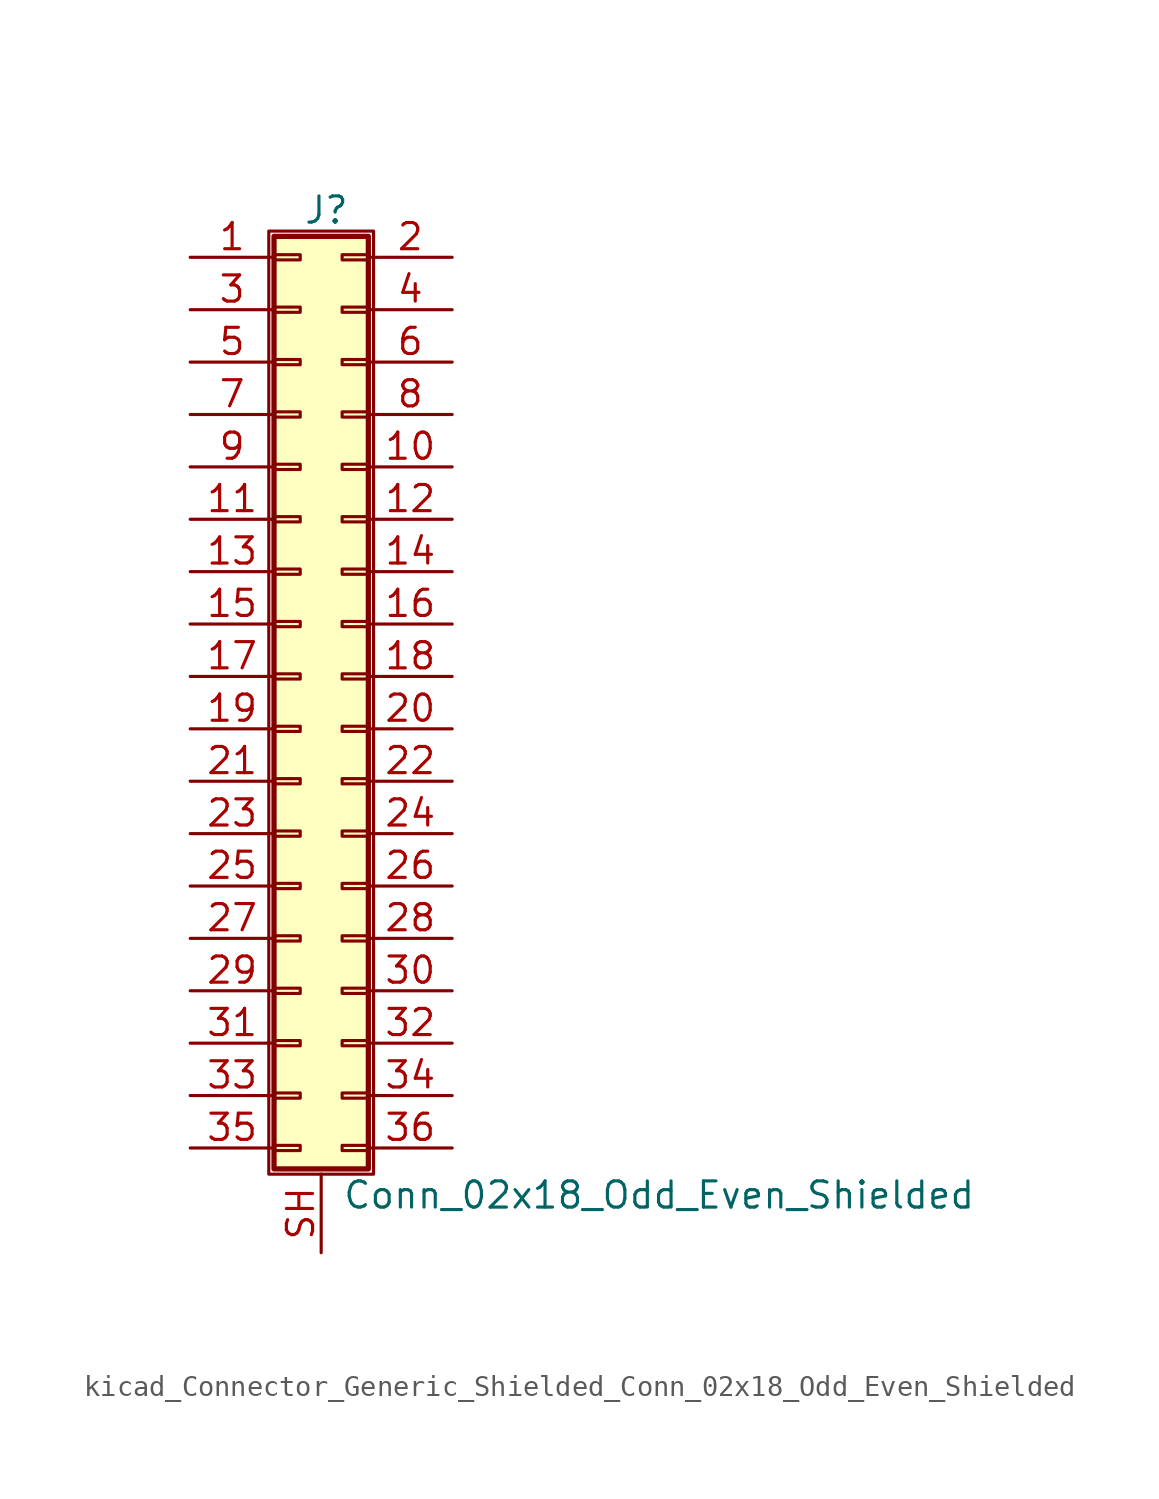
<source format=kicad_sym>
(kicad_symbol_lib
  (version 20220914)
  (generator kicad_symbol_editor)
  (symbol "kicad_Connector_Generic_Shielded_Conn_02x18_Odd_Even_Shielded"
    (pin_names
      (offset 1.016) hide)
    (property "Reference" "J"
      (at 1.524 22.606 0)
      (effects (font (size 1.27 1.27))))
    (property "Value" "Conn_02x18_Odd_Even_Shielded"
      (at 2.286 -25.146 0)
      (effects (font (size 1.27 1.27)) (justify left)))
    (symbol "kicad_Connector_Generic_Shielded_Conn_02x18_Odd_Even_Shielded_1_1"
      (rectangle (start -1.27 21.59) (end 3.81 -24.13) (stroke (width 0.152) (type default)) (fill (type none)))
      (rectangle (start -1.016 -22.733) (end 0.254 -22.987) (stroke (width 0.152) (type default)) (fill (type none)))
      (rectangle (start -1.016 -20.193) (end 0.254 -20.447) (stroke (width 0.152) (type default)) (fill (type none)))
      (rectangle (start -1.016 -17.653) (end 0.254 -17.907) (stroke (width 0.152) (type default)) (fill (type none)))
      (rectangle (start -1.016 -15.113) (end 0.254 -15.367) (stroke (width 0.152) (type default)) (fill (type none)))
      (rectangle (start -1.016 -12.573) (end 0.254 -12.827) (stroke (width 0.152) (type default)) (fill (type none)))
      (rectangle (start -1.016 -10.033) (end 0.254 -10.287) (stroke (width 0.152) (type default)) (fill (type none)))
      (rectangle (start -1.016 -7.493) (end 0.254 -7.747) (stroke (width 0.152) (type default)) (fill (type none)))
      (rectangle (start -1.016 -4.953) (end 0.254 -5.207) (stroke (width 0.152) (type default)) (fill (type none)))
      (rectangle (start -1.016 -2.413) (end 0.254 -2.667) (stroke (width 0.152) (type default)) (fill (type none)))
      (rectangle (start -1.016 0.127) (end 0.254 -0.127) (stroke (width 0.152) (type default)) (fill (type none)))
      (rectangle (start -1.016 2.667) (end 0.254 2.413) (stroke (width 0.152) (type default)) (fill (type none)))
      (rectangle (start -1.016 5.207) (end 0.254 4.953) (stroke (width 0.152) (type default)) (fill (type none)))
      (rectangle (start -1.016 7.747) (end 0.254 7.493) (stroke (width 0.152) (type default)) (fill (type none)))
      (rectangle (start -1.016 10.287) (end 0.254 10.033) (stroke (width 0.152) (type default)) (fill (type none)))
      (rectangle (start -1.016 12.827) (end 0.254 12.573) (stroke (width 0.152) (type default)) (fill (type none)))
      (rectangle (start -1.016 15.367) (end 0.254 15.113) (stroke (width 0.152) (type default)) (fill (type none)))
      (rectangle (start -1.016 17.907) (end 0.254 17.653) (stroke (width 0.152) (type default)) (fill (type none)))
      (rectangle (start -1.016 20.447) (end 0.254 20.193) (stroke (width 0.152) (type default)) (fill (type none)))
      (rectangle (start -1.016 21.336) (end 3.556 -23.876) (stroke (width 0.254) (type default)) (fill (type background)))
      (rectangle (start 3.556 -22.733) (end 2.286 -22.987) (stroke (width 0.152) (type default)) (fill (type none)))
      (rectangle (start 3.556 -20.193) (end 2.286 -20.447) (stroke (width 0.152) (type default)) (fill (type none)))
      (rectangle (start 3.556 -17.653) (end 2.286 -17.907) (stroke (width 0.152) (type default)) (fill (type none)))
      (rectangle (start 3.556 -15.113) (end 2.286 -15.367) (stroke (width 0.152) (type default)) (fill (type none)))
      (rectangle (start 3.556 -12.573) (end 2.286 -12.827) (stroke (width 0.152) (type default)) (fill (type none)))
      (rectangle (start 3.556 -10.033) (end 2.286 -10.287) (stroke (width 0.152) (type default)) (fill (type none)))
      (rectangle (start 3.556 -7.493) (end 2.286 -7.747) (stroke (width 0.152) (type default)) (fill (type none)))
      (rectangle (start 3.556 -4.953) (end 2.286 -5.207) (stroke (width 0.152) (type default)) (fill (type none)))
      (rectangle (start 3.556 -2.413) (end 2.286 -2.667) (stroke (width 0.152) (type default)) (fill (type none)))
      (rectangle (start 3.556 0.127) (end 2.286 -0.127) (stroke (width 0.152) (type default)) (fill (type none)))
      (rectangle (start 3.556 2.667) (end 2.286 2.413) (stroke (width 0.152) (type default)) (fill (type none)))
      (rectangle (start 3.556 5.207) (end 2.286 4.953) (stroke (width 0.152) (type default)) (fill (type none)))
      (rectangle (start 3.556 7.747) (end 2.286 7.493) (stroke (width 0.152) (type default)) (fill (type none)))
      (rectangle (start 3.556 10.287) (end 2.286 10.033) (stroke (width 0.152) (type default)) (fill (type none)))
      (rectangle (start 3.556 12.827) (end 2.286 12.573) (stroke (width 0.152) (type default)) (fill (type none)))
      (rectangle (start 3.556 15.367) (end 2.286 15.113) (stroke (width 0.152) (type default)) (fill (type none)))
      (rectangle (start 3.556 17.907) (end 2.286 17.653) (stroke (width 0.152) (type default)) (fill (type none)))
      (rectangle (start 3.556 20.447) (end 2.286 20.193) (stroke (width 0.152) (type default)) (fill (type none)))
      (pin passive line (at -5.08 20.32 0) (length 4.064) (name "Pin_1" (effects (font (size 1.27 1.27)))) (number "1" (effects (font (size 1.27 1.27)))))
      (pin passive line (at 7.62 10.16 180) (length 4.064) (name "Pin_10" (effects (font (size 1.27 1.27)))) (number "10" (effects (font (size 1.27 1.27)))))
      (pin passive line (at -5.08 7.62 0) (length 4.064) (name "Pin_11" (effects (font (size 1.27 1.27)))) (number "11" (effects (font (size 1.27 1.27)))))
      (pin passive line (at 7.62 7.62 180) (length 4.064) (name "Pin_12" (effects (font (size 1.27 1.27)))) (number "12" (effects (font (size 1.27 1.27)))))
      (pin passive line (at -5.08 5.08 0) (length 4.064) (name "Pin_13" (effects (font (size 1.27 1.27)))) (number "13" (effects (font (size 1.27 1.27)))))
      (pin passive line (at 7.62 5.08 180) (length 4.064) (name "Pin_14" (effects (font (size 1.27 1.27)))) (number "14" (effects (font (size 1.27 1.27)))))
      (pin passive line (at -5.08 2.54 0) (length 4.064) (name "Pin_15" (effects (font (size 1.27 1.27)))) (number "15" (effects (font (size 1.27 1.27)))))
      (pin passive line (at 7.62 2.54 180) (length 4.064) (name "Pin_16" (effects (font (size 1.27 1.27)))) (number "16" (effects (font (size 1.27 1.27)))))
      (pin passive line (at -5.08 0 0) (length 4.064) (name "Pin_17" (effects (font (size 1.27 1.27)))) (number "17" (effects (font (size 1.27 1.27)))))
      (pin passive line (at 7.62 0 180) (length 4.064) (name "Pin_18" (effects (font (size 1.27 1.27)))) (number "18" (effects (font (size 1.27 1.27)))))
      (pin passive line (at -5.08 -2.54 0) (length 4.064) (name "Pin_19" (effects (font (size 1.27 1.27)))) (number "19" (effects (font (size 1.27 1.27)))))
      (pin passive line (at 7.62 20.32 180) (length 4.064) (name "Pin_2" (effects (font (size 1.27 1.27)))) (number "2" (effects (font (size 1.27 1.27)))))
      (pin passive line (at 7.62 -2.54 180) (length 4.064) (name "Pin_20" (effects (font (size 1.27 1.27)))) (number "20" (effects (font (size 1.27 1.27)))))
      (pin passive line (at -5.08 -5.08 0) (length 4.064) (name "Pin_21" (effects (font (size 1.27 1.27)))) (number "21" (effects (font (size 1.27 1.27)))))
      (pin passive line (at 7.62 -5.08 180) (length 4.064) (name "Pin_22" (effects (font (size 1.27 1.27)))) (number "22" (effects (font (size 1.27 1.27)))))
      (pin passive line (at -5.08 -7.62 0) (length 4.064) (name "Pin_23" (effects (font (size 1.27 1.27)))) (number "23" (effects (font (size 1.27 1.27)))))
      (pin passive line (at 7.62 -7.62 180) (length 4.064) (name "Pin_24" (effects (font (size 1.27 1.27)))) (number "24" (effects (font (size 1.27 1.27)))))
      (pin passive line (at -5.08 -10.16 0) (length 4.064) (name "Pin_25" (effects (font (size 1.27 1.27)))) (number "25" (effects (font (size 1.27 1.27)))))
      (pin passive line (at 7.62 -10.16 180) (length 4.064) (name "Pin_26" (effects (font (size 1.27 1.27)))) (number "26" (effects (font (size 1.27 1.27)))))
      (pin passive line (at -5.08 -12.7 0) (length 4.064) (name "Pin_27" (effects (font (size 1.27 1.27)))) (number "27" (effects (font (size 1.27 1.27)))))
      (pin passive line (at 7.62 -12.7 180) (length 4.064) (name "Pin_28" (effects (font (size 1.27 1.27)))) (number "28" (effects (font (size 1.27 1.27)))))
      (pin passive line (at -5.08 -15.24 0) (length 4.064) (name "Pin_29" (effects (font (size 1.27 1.27)))) (number "29" (effects (font (size 1.27 1.27)))))
      (pin passive line (at -5.08 17.78 0) (length 4.064) (name "Pin_3" (effects (font (size 1.27 1.27)))) (number "3" (effects (font (size 1.27 1.27)))))
      (pin passive line (at 7.62 -15.24 180) (length 4.064) (name "Pin_30" (effects (font (size 1.27 1.27)))) (number "30" (effects (font (size 1.27 1.27)))))
      (pin passive line (at -5.08 -17.78 0) (length 4.064) (name "Pin_31" (effects (font (size 1.27 1.27)))) (number "31" (effects (font (size 1.27 1.27)))))
      (pin passive line (at 7.62 -17.78 180) (length 4.064) (name "Pin_32" (effects (font (size 1.27 1.27)))) (number "32" (effects (font (size 1.27 1.27)))))
      (pin passive line (at -5.08 -20.32 0) (length 4.064) (name "Pin_33" (effects (font (size 1.27 1.27)))) (number "33" (effects (font (size 1.27 1.27)))))
      (pin passive line (at 7.62 -20.32 180) (length 4.064) (name "Pin_34" (effects (font (size 1.27 1.27)))) (number "34" (effects (font (size 1.27 1.27)))))
      (pin passive line (at -5.08 -22.86 0) (length 4.064) (name "Pin_35" (effects (font (size 1.27 1.27)))) (number "35" (effects (font (size 1.27 1.27)))))
      (pin passive line (at 7.62 -22.86 180) (length 4.064) (name "Pin_36" (effects (font (size 1.27 1.27)))) (number "36" (effects (font (size 1.27 1.27)))))
      (pin passive line (at 7.62 17.78 180) (length 4.064) (name "Pin_4" (effects (font (size 1.27 1.27)))) (number "4" (effects (font (size 1.27 1.27)))))
      (pin passive line (at -5.08 15.24 0) (length 4.064) (name "Pin_5" (effects (font (size 1.27 1.27)))) (number "5" (effects (font (size 1.27 1.27)))))
      (pin passive line (at 7.62 15.24 180) (length 4.064) (name "Pin_6" (effects (font (size 1.27 1.27)))) (number "6" (effects (font (size 1.27 1.27)))))
      (pin passive line (at -5.08 12.7 0) (length 4.064) (name "Pin_7" (effects (font (size 1.27 1.27)))) (number "7" (effects (font (size 1.27 1.27)))))
      (pin passive line (at 7.62 12.7 180) (length 4.064) (name "Pin_8" (effects (font (size 1.27 1.27)))) (number "8" (effects (font (size 1.27 1.27)))))
      (pin passive line (at -5.08 10.16 0) (length 4.064) (name "Pin_9" (effects (font (size 1.27 1.27)))) (number "9" (effects (font (size 1.27 1.27)))))
      (pin passive line (at 1.27 -27.94 90) (length 3.81) (name "Shield" (effects (font (size 1.27 1.27)))) (number "SH" (effects (font (size 1.27 1.27))))))))
</source>
